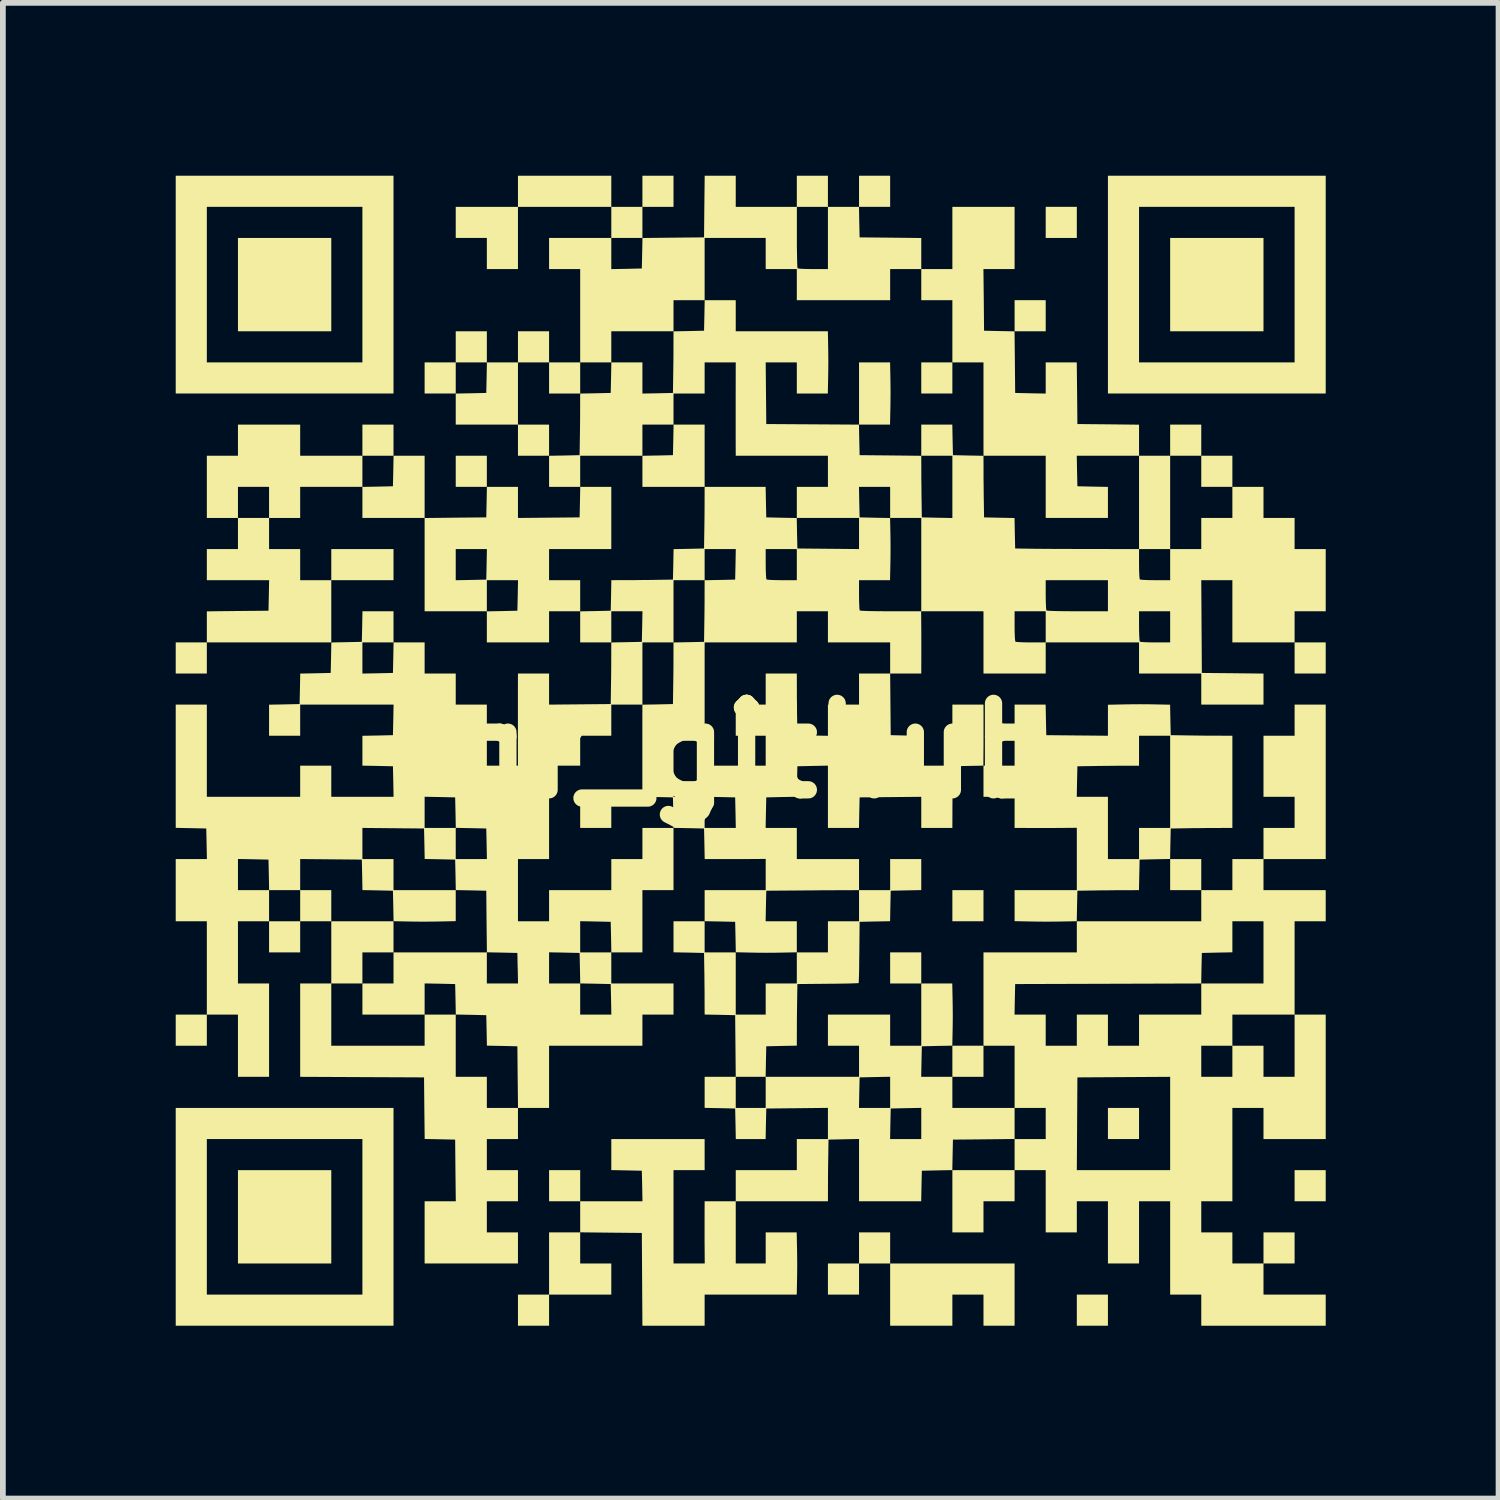
<source format=kicad_pcb>
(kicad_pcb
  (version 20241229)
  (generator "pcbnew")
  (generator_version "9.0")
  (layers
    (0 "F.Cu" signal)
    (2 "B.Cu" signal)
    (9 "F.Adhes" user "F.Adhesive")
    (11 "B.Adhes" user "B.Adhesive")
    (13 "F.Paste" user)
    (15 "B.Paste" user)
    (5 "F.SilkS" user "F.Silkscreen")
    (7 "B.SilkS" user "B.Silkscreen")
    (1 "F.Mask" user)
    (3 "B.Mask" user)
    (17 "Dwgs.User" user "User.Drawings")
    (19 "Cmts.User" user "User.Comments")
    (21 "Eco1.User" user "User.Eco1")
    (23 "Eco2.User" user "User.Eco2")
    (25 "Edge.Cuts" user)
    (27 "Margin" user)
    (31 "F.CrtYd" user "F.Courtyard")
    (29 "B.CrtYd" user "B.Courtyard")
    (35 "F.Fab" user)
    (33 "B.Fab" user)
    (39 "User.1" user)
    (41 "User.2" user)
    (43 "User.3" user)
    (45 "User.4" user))
  (footprint "qr_github"
    (layer "F.Cu")
    (at 9.98 9.98)
    (property "Reference" "qr_github" (at 0 0 0) (layer "F.SilkS") (effects (font (size 1.5 1.5) (thickness 0.3))))
    (attr board_only exclude_from_pos_files exclude_from_bom)
    (fp_poly (pts (xy 4.58 -7.279) (xy 4.579 -7.279) (xy 4.579 -7.28) (xy 4.58 -7.28)) (stroke (width 0) (type solid)) (fill yes) (layer "F.SilkS"))
    (fp_poly (pts (xy -7.28 -8.09) (xy -7.28 -7.28) (xy -8.09 -7.28) (xy -8.9 -7.28) (xy -8.9 -8.09) (xy -8.9 -8.9) (xy -8.09 -8.9) (xy -7.28 -8.9)) (stroke (width 0) (type solid)) (fill yes) (layer "F.SilkS"))
    (fp_poly (pts (xy -7.28 8.09) (xy -7.28 8.9) (xy -8.09 8.9) (xy -8.9 8.9) (xy -8.9 8.09) (xy -8.9 7.28) (xy -8.09 7.28) (xy -7.28 7.28)) (stroke (width 0) (type solid)) (fill yes) (layer "F.SilkS"))
    (fp_poly (pts (xy -6.2 -3.23) (xy -6.2 -2.96) (xy -6.74 -2.96) (xy -7.28 -2.96) (xy -7.28 -3.23) (xy -7.28 -3.5) (xy -6.74 -3.5) (xy -6.2 -3.5)) (stroke (width 0) (type solid)) (fill yes) (layer "F.SilkS"))
    (fp_poly (pts (xy -4.58 -4.85) (xy -4.58 -4.58) (xy -4.849 -4.58) (xy -5.12 -4.58) (xy -5.12 -4.85) (xy -5.12 -5.12) (xy -4.85 -5.12) (xy -4.58 -5.12)) (stroke (width 0) (type solid)) (fill yes) (layer "F.SilkS"))
    (fp_poly (pts (xy -3.5 -5.389) (xy -3.5 -5.12) (xy -3.77 -5.12) (xy -4.04 -5.12) (xy -4.04 -5.39) (xy -4.04 -5.66) (xy -3.77 -5.66) (xy -3.5 -5.66)) (stroke (width 0) (type solid)) (fill yes) (layer "F.SilkS"))
    (fp_poly (pts (xy -2.42 1.07) (xy -2.42 1.34) (xy -2.69 1.34) (xy -2.96 1.34) (xy -2.96 1.07) (xy -2.96 0.8) (xy -2.69 0.8) (xy -2.42 0.8)) (stroke (width 0) (type solid)) (fill yes) (layer "F.SilkS"))
    (fp_poly (pts (xy 2.42 -9.71) (xy 2.42 -9.44) (xy 2.149 -9.44) (xy 1.88 -9.44) (xy 1.88 -9.71) (xy 1.88 -9.98) (xy 2.15 -9.98) (xy 2.42 -9.98)) (stroke (width 0) (type solid)) (fill yes) (layer "F.SilkS"))
    (fp_poly (pts (xy 2.96 3.77) (xy 2.96 4.04) (xy 2.69 4.04) (xy 2.42 4.04) (xy 2.42 3.77) (xy 2.42 3.5) (xy 2.69 3.5) (xy 2.96 3.5)) (stroke (width 0) (type solid)) (fill yes) (layer "F.SilkS"))
    (fp_poly (pts (xy 3.5 -6.47) (xy 3.5 -6.2) (xy 3.23 -6.2) (xy 2.96 -6.2) (xy 2.96 -6.47) (xy 2.96 -6.74) (xy 3.23 -6.74) (xy 3.5 -6.74)) (stroke (width 0) (type solid)) (fill yes) (layer "F.SilkS"))
    (fp_poly (pts (xy 4.04 2.69) (xy 4.04 2.96) (xy 3.77 2.96) (xy 3.5 2.96) (xy 3.5 2.69) (xy 3.5 2.42) (xy 3.77 2.42) (xy 4.04 2.42)) (stroke (width 0) (type solid)) (fill yes) (layer "F.SilkS"))
    (fp_poly (pts (xy 4.04 5.39) (xy 4.04 5.66) (xy 3.77 5.66) (xy 3.5 5.66) (xy 3.5 5.39) (xy 3.5 5.12) (xy 3.77 5.12) (xy 4.04 5.12)) (stroke (width 0) (type solid)) (fill yes) (layer "F.SilkS"))
    (fp_poly (pts (xy 5.12 -7.55) (xy 5.12 -7.28) (xy 4.85 -7.28) (xy 4.58 -7.28) (xy 4.58 -7.549) (xy 4.58 -7.82) (xy 4.85 -7.82) (xy 5.12 -7.82)) (stroke (width 0) (type solid)) (fill yes) (layer "F.SilkS"))
    (fp_poly (pts (xy 5.66 -9.17) (xy 5.66 -8.9) (xy 5.39 -8.9) (xy 5.12 -8.9) (xy 5.12 -9.17) (xy 5.12 -9.44) (xy 5.39 -9.44) (xy 5.66 -9.44)) (stroke (width 0) (type solid)) (fill yes) (layer "F.SilkS"))
    (fp_poly (pts (xy 6.2 9.71) (xy 6.2 9.98) (xy 5.93 9.98) (xy 5.66 9.98) (xy 5.66 9.71) (xy 5.66 9.44) (xy 5.93 9.44) (xy 6.2 9.44)) (stroke (width 0) (type solid)) (fill yes) (layer "F.SilkS"))
    (fp_poly (pts (xy 6.74 6.47) (xy 6.74 6.74) (xy 6.47 6.74) (xy 6.2 6.74) (xy 6.2 6.47) (xy 6.2 6.2) (xy 6.47 6.2) (xy 6.74 6.2)) (stroke (width 0) (type solid)) (fill yes) (layer "F.SilkS"))
    (fp_poly (pts (xy 8.36 -4.85) (xy 8.36 -4.58) (xy 8.09 -4.58) (xy 7.82 -4.58) (xy 7.82 -4.85) (xy 7.82 -5.12) (xy 8.09 -5.12) (xy 8.36 -5.12)) (stroke (width 0) (type solid)) (fill yes) (layer "F.SilkS"))
    (fp_poly (pts (xy 8.9 -8.09) (xy 8.9 -7.28) (xy 8.09 -7.28) (xy 7.28 -7.28) (xy 7.28 -8.09) (xy 7.28 -8.9) (xy 8.09 -8.9) (xy 8.9 -8.9)) (stroke (width 0) (type solid)) (fill yes) (layer "F.SilkS"))
    (fp_poly (pts (xy 9.98 -1.61) (xy 9.98 -1.34) (xy 9.71 -1.34) (xy 9.44 -1.34) (xy 9.44 -1.61) (xy 9.44 -1.88) (xy 9.71 -1.88) (xy 9.98 -1.88)) (stroke (width 0) (type solid)) (fill yes) (layer "F.SilkS"))
    (fp_poly (pts (xy 9.98 7.55) (xy 9.98 7.82) (xy 9.71 7.82) (xy 9.44 7.82) (xy 9.44 7.55) (xy 9.44 7.28) (xy 9.71 7.28) (xy 9.98 7.28)) (stroke (width 0) (type solid)) (fill yes) (layer "F.SilkS"))
    (fp_poly (pts (xy -5.66 -4.58) (xy -5.66 -4.04) (xy -6.2 -4.04) (xy -6.74 -4.04) (xy -6.74 -4.309) (xy -6.74 -4.579) (xy -6.475 -4.584) (xy -6.21 -4.59) (xy -6.204 -4.855) (xy -6.199 -5.12) (xy -5.93 -5.12) (xy -5.66 -5.12)) (stroke (width 0) (type solid)) (fill yes) (layer "F.SilkS"))
    (fp_poly (pts (xy -0.8 -5.12) (xy -0.8 -4.58) (xy -1.34 -4.58) (xy -1.88 -4.58) (xy -1.88 -4.849) (xy -1.88 -5.119) (xy -1.615 -5.124) (xy -1.35 -5.13) (xy -1.344 -5.395) (xy -1.339 -5.66) (xy -1.069 -5.66) (xy -0.8 -5.66)) (stroke (width 0) (type solid)) (fill yes) (layer "F.SilkS"))
    (fp_poly (pts (xy 2.424 -6.485) (xy 2.426 -6.361) (xy 2.427 -6.216) (xy 2.426 -6.068) (xy 2.424 -5.945) (xy 2.418 -5.66) (xy 2.149 -5.66) (xy 1.88 -5.66) (xy 1.88 -6.2) (xy 1.88 -6.74) (xy 2.149 -6.74) (xy 2.419 -6.74)) (stroke (width 0) (type solid)) (fill yes) (layer "F.SilkS"))
    (fp_poly (pts (xy -4.58 -7.01) (xy -4.58 -6.74) (xy -4.849 -6.74) (xy -5.12 -6.74) (xy -5.12 -6.469) (xy -5.12 -6.2) (xy -5.39 -6.2) (xy -5.66 -6.2) (xy -5.66 -6.47) (xy -5.66 -6.74) (xy -5.39 -6.74) (xy -5.12 -6.74) (xy -5.12 -7.01) (xy -5.12 -7.28) (xy -4.85 -7.28) (xy -4.58 -7.28)) (stroke (width 0) (type solid)) (fill yes) (layer "F.SilkS"))
    (fp_poly (pts (xy 2.42 8.63) (xy 2.42 8.9) (xy 2.15 8.9) (xy 1.88 8.9) (xy 1.88 9.17) (xy 1.88 9.44) (xy 1.61 9.44) (xy 1.34 9.44) (xy 1.34 9.17) (xy 1.34 8.9) (xy 1.61 8.9) (xy 1.88 8.9) (xy 1.88 8.63) (xy 1.88 8.36) (xy 2.15 8.36) (xy 2.42 8.36)) (stroke (width 0) (type solid)) (fill yes) (layer "F.SilkS"))
    (fp_poly (pts (xy 4.58 9.44) (xy 4.58 9.98) (xy 4.31 9.98) (xy 4.04 9.98) (xy 4.04 9.71) (xy 4.04 9.44) (xy 3.77 9.44) (xy 3.5 9.44) (xy 3.5 9.71) (xy 3.5 9.98) (xy 2.96 9.98) (xy 2.42 9.98) (xy 2.42 9.44) (xy 2.42 8.9) (xy 3.5 8.9) (xy 4.58 8.9)) (stroke (width 0) (type solid)) (fill yes) (layer "F.SilkS"))
    (fp_poly (pts (xy -6.2 -8.09) (xy -6.2 -6.2) (xy -8.09 -6.2) (xy -9.98 -6.2) (xy -9.98 -8.09) (xy -9.44 -8.09) (xy -9.44 -6.74) (xy -8.09 -6.74) (xy -6.74 -6.74) (xy -6.74 -8.09) (xy -6.74 -9.44) (xy -8.09 -9.44) (xy -9.44 -9.44) (xy -9.44 -8.09) (xy -9.98 -8.09) (xy -9.98 -9.98) (xy -8.09 -9.98) (xy -6.2 -9.98)) (stroke (width 0) (type solid)) (fill yes) (layer "F.SilkS"))
    (fp_poly (pts (xy -6.2 8.09) (xy -6.2 9.98) (xy -8.09 9.98) (xy -9.98 9.98) (xy -9.98 8.09) (xy -9.44 8.09) (xy -9.44 9.44) (xy -8.09 9.44) (xy -6.74 9.44) (xy -6.74 8.09) (xy -6.74 6.74) (xy -8.09 6.74) (xy -9.44 6.74) (xy -9.44 8.09) (xy -9.98 8.09) (xy -9.98 6.2) (xy -8.09 6.2) (xy -6.2 6.2)) (stroke (width 0) (type solid)) (fill yes) (layer "F.SilkS"))
    (fp_poly (pts (xy 9.98 -8.09) (xy 9.98 -6.2) (xy 8.09 -6.2) (xy 6.2 -6.2) (xy 6.2 -8.09) (xy 6.74 -8.09) (xy 6.74 -6.74) (xy 8.09 -6.74) (xy 9.44 -6.74) (xy 9.44 -8.09) (xy 9.44 -9.44) (xy 8.09 -9.44) (xy 6.74 -9.44) (xy 6.74 -8.09) (xy 6.2 -8.09) (xy 6.2 -9.98) (xy 8.09 -9.98) (xy 9.98 -9.98)) (stroke (width 0) (type solid)) (fill yes) (layer "F.SilkS"))
    (fp_poly (pts (xy -2.96 8.63) (xy -2.96 8.9) (xy -2.69 8.9) (xy -2.42 8.9) (xy -2.42 9.17) (xy -2.42 9.44) (xy -2.96 9.44) (xy -3.5 9.44) (xy -3.5 9.71) (xy -3.5 9.98) (xy -3.77 9.98) (xy -4.04 9.98) (xy -4.04 9.71) (xy -4.04 9.44) (xy -3.77 9.44) (xy -3.5 9.44) (xy -3.5 8.9) (xy -3.5 8.36) (xy -3.23 8.36) (xy -2.96 8.36)) (stroke (width 0) (type solid)) (fill yes) (layer "F.SilkS"))
    (fp_poly (pts (xy -8.36 -3.77) (xy -8.36 -3.5) (xy -8.09 -3.5) (xy -7.82 -3.5) (xy -7.82 -3.23) (xy -7.82 -2.96) (xy -7.55 -2.96) (xy -7.28 -2.96) (xy -7.28 -2.419) (xy -7.28 -1.88) (xy -8.359 -1.88) (xy -9.44 -1.88) (xy -9.44 -1.61) (xy -9.44 -1.34) (xy -9.71 -1.34) (xy -9.98 -1.34) (xy -9.98 -1.61) (xy -9.98 -1.88) (xy -9.71 -1.88) (xy -9.44 -1.88) (xy -9.44 -2.15) (xy -9.44 -2.419) (xy -8.905 -2.425) (xy -8.37 -2.43) (xy -8.364 -2.695) (xy -8.359 -2.96) (xy -8.899 -2.96) (xy -9.44 -2.96) (xy -9.44 -3.23) (xy -9.44 -3.5) (xy -9.17 -3.5) (xy -8.9 -3.5) (xy -8.9 -3.77) (xy -8.9 -4.04) (xy -8.63 -4.04) (xy -8.36 -4.04)) (stroke (width 0) (type solid)) (fill yes) (layer "F.SilkS"))
    (fp_poly (pts (xy -7.82 -5.39) (xy -7.82 -5.12) (xy -7.28 -5.12) (xy -6.74 -5.12) (xy -6.74 -5.39) (xy -6.74 -5.66) (xy -6.47 -5.66) (xy -6.2 -5.66) (xy -6.2 -5.39) (xy -6.2 -5.12) (xy -6.469 -5.12) (xy -6.74 -5.12) (xy -6.74 -4.85) (xy -6.74 -4.58) (xy -7.28 -4.58) (xy -7.82 -4.58) (xy -7.82 -4.31) (xy -7.82 -4.04) (xy -8.09 -4.04) (xy -8.36 -4.04) (xy -8.36 -4.31) (xy -8.36 -4.58) (xy -8.63 -4.58) (xy -8.9 -4.58) (xy -8.9 -4.31) (xy -8.9 -4.04) (xy -9.17 -4.04) (xy -9.44 -4.04) (xy -9.44 -4.58) (xy -9.44 -5.12) (xy -9.17 -5.12) (xy -8.9 -5.12) (xy -8.9 -5.39) (xy -8.9 -5.66) (xy -8.36 -5.66) (xy -7.82 -5.66)) (stroke (width 0) (type solid)) (fill yes) (layer "F.SilkS"))
    (fp_poly (pts (xy -4.04 -4.31) (xy -4.04 -4.04) (xy -3.505 -4.045) (xy -2.97 -4.05) (xy -2.964 -4.315) (xy -2.959 -4.58) (xy -2.69 -4.58) (xy -2.42 -4.58) (xy -2.42 -4.04) (xy -2.42 -3.5) (xy -2.96 -3.5) (xy -3.5 -3.5) (xy -3.5 -3.23) (xy -3.5 -2.96) (xy -3.23 -2.96) (xy -2.96 -2.96) (xy -2.96 -2.69) (xy -2.96 -2.42) (xy -3.23 -2.42) (xy -3.5 -2.42) (xy -3.5 -2.15) (xy -3.5 -1.88) (xy -4.04 -1.88) (xy -4.58 -1.88) (xy -4.58 -2.149) (xy -4.58 -2.419) (xy -4.315 -2.424) (xy -4.05 -2.43) (xy -4.044 -2.695) (xy -4.039 -2.96) (xy -4.309 -2.96) (xy -4.58 -2.96) (xy -4.58 -2.69) (xy -4.58 -2.42) (xy -5.12 -2.42) (xy -5.66 -2.42) (xy -5.66 -3.229) (xy -5.12 -3.229) (xy -5.12 -2.959) (xy -4.855 -2.964) (xy -4.59 -2.97) (xy -4.584 -3.235) (xy -4.579 -3.5) (xy -4.849 -3.5) (xy -5.12 -3.5) (xy -5.12 -3.229) (xy -5.66 -3.229) (xy -5.66 -3.23) (xy -5.66 -4.039) (xy -5.125 -4.045) (xy -4.59 -4.05) (xy -4.584 -4.315) (xy -4.579 -4.58) (xy -4.31 -4.58) (xy -4.04 -4.58)) (stroke (width 0) (type solid)) (fill yes) (layer "F.SilkS"))
    (fp_poly (pts (xy -6.2 3.23) (xy -6.2 3.5) (xy -6.47 3.5) (xy -6.74 3.5) (xy -6.74 3.77) (xy -6.74 4.04) (xy -7.01 4.04) (xy -7.28 4.04) (xy -7.28 4.58) (xy -7.28 5.12) (xy -6.47 5.12) (xy -5.66 5.12) (xy -5.66 4.85) (xy -5.66 4.58) (xy -5.39 4.58) (xy -5.12 4.58) (xy -5.12 5.12) (xy -5.12 5.66) (xy -4.85 5.66) (xy -4.58 5.66) (xy -4.58 5.93) (xy -4.58 6.2) (xy -4.31 6.2) (xy -4.04 6.2) (xy -4.04 6.47) (xy -4.04 6.74) (xy -4.31 6.74) (xy -4.58 6.74) (xy -4.58 7.01) (xy -4.58 7.28) (xy -4.31 7.28) (xy -4.04 7.28) (xy -4.04 7.55) (xy -4.04 7.82) (xy -4.31 7.82) (xy -4.58 7.82) (xy -4.58 8.09) (xy -4.58 8.36) (xy -4.31 8.36) (xy -4.04 8.36) (xy -4.04 8.63) (xy -4.04 8.9) (xy -4.85 8.9) (xy -5.66 8.9) (xy -5.66 8.36) (xy -5.66 7.82) (xy -5.39 7.82) (xy -5.119 7.82) (xy -5.125 7.285) (xy -5.13 6.75) (xy -5.395 6.744) (xy -5.659 6.739) (xy -5.665 6.204) (xy -5.67 5.67) (xy -6.745 5.665) (xy -7.82 5.66) (xy -7.82 4.85) (xy -7.82 4.04) (xy -7.55 4.04) (xy -7.28 4.04) (xy -7.28 3.5) (xy -7.28 2.96) (xy -6.74 2.96) (xy -6.2 2.96)) (stroke (width 0) (type solid)) (fill yes) (layer "F.SilkS"))
    (fp_poly (pts (xy 6.911 -0.806) (xy 7.024 -0.804) (xy 7.279 -0.799) (xy 7.284 -0.534) (xy 7.29 -0.27) (xy 7.56 -0.266) (xy 7.694 -0.264) (xy 7.846 -0.262) (xy 7.995 -0.261) (xy 8.095 -0.261) (xy 8.36 -0.26) (xy 8.36 0.54) (xy 8.36 1.34) (xy 8.095 1.341) (xy 7.963 1.341) (xy 7.811 1.343) (xy 7.662 1.344) (xy 7.56 1.346) (xy 7.29 1.35) (xy 7.284 1.615) (xy 7.279 1.879) (xy 7.015 1.884) (xy 6.75 1.89) (xy 6.744 2.155) (xy 6.739 2.42) (xy 6.474 2.421) (xy 6.342 2.421) (xy 6.191 2.423) (xy 6.042 2.424) (xy 5.94 2.426) (xy 5.67 2.43) (xy 5.664 2.694) (xy 5.659 2.959) (xy 5.404 2.964) (xy 5.281 2.966) (xy 5.136 2.967) (xy 4.988 2.966) (xy 4.865 2.964) (xy 4.58 2.958) (xy 4.58 2.689) (xy 4.58 2.42) (xy 5.12 2.42) (xy 5.66 2.42) (xy 5.66 1.879) (xy 5.66 1.338) (xy 5.395 1.34) (xy 5.264 1.341) (xy 5.113 1.341) (xy 4.963 1.341) (xy 4.855 1.341) (xy 4.58 1.34) (xy 4.58 1.07) (xy 4.58 0.8) (xy 5.659 0.8) (xy 5.929 0.8) (xy 6.2 0.8) (xy 6.2 1.34) (xy 6.2 1.88) (xy 6.47 1.88) (xy 6.74 1.88) (xy 6.74 1.61) (xy 6.74 1.34) (xy 7.01 1.34) (xy 7.28 1.34) (xy 7.28 0.54) (xy 7.28 -0.26) (xy 7.01 -0.26) (xy 6.74 -0.26) (xy 6.74 0) (xy 6.74 0.26) (xy 6.475 0.261) (xy 6.343 0.261) (xy 6.191 0.263) (xy 6.042 0.264) (xy 5.94 0.266) (xy 5.67 0.27) (xy 5.664 0.535) (xy 5.659 0.8) (xy 4.58 0.8) (xy 4.31 0.8) (xy 4.04 0.8) (xy 4.04 0.529) (xy 4.04 0.26) (xy 4.309 0.26) (xy 4.58 0.26) (xy 4.58 -0.27) (xy 4.58 -0.8) (xy 4.849 -0.8) (xy 5.119 -0.8) (xy 5.124 -0.535) (xy 5.13 -0.27) (xy 5.665 -0.265) (xy 6.2 -0.26) (xy 6.2 -0.529) (xy 6.2 -0.798) (xy 6.485 -0.804) (xy 6.618 -0.806) (xy 6.766 -0.807)) (stroke (width 0) (type solid)) (fill yes) (layer "F.SilkS"))
    (fp_poly (pts (xy -2.42 -9.71) (xy -2.42 -9.44) (xy -2.15 -9.44) (xy -1.88 -9.44) (xy -1.88 -9.71) (xy -1.88 -9.98) (xy -1.61 -9.98) (xy -1.34 -9.98) (xy -1.34 -9.71) (xy -1.34 -9.44) (xy -1.61 -9.44) (xy -1.88 -9.44) (xy -1.88 -9.17) (xy -1.88 -8.9) (xy -2.149 -8.9) (xy -2.42 -8.9) (xy -2.42 -8.629) (xy -2.42 -8.359) (xy -2.155 -8.364) (xy -1.89 -8.37) (xy -1.884 -8.635) (xy -1.879 -8.899) (xy -1.345 -8.905) (xy -0.81 -8.91) (xy -0.805 -9.445) (xy -0.799 -9.98) (xy -0.53 -9.98) (xy -0.26 -9.98) (xy -0.26 -9.71) (xy -0.26 -9.44) (xy 0.27 -9.44) (xy 0.8 -9.44) (xy 0.8 -9.71) (xy 0.8 -9.98) (xy 1.07 -9.98) (xy 1.34 -9.98) (xy 1.34 -9.71) (xy 1.34 -9.44) (xy 1.07 -9.44) (xy 0.801 -9.44) (xy 0.801 -8.913) (xy 0.801 -8.772) (xy 0.803 -8.644) (xy 0.805 -8.534) (xy 0.807 -8.449) (xy 0.81 -8.394) (xy 0.814 -8.373) (xy 0.838 -8.368) (xy 0.893 -8.364) (xy 0.973 -8.361) (xy 1.069 -8.36) (xy 1.083 -8.36) (xy 1.34 -8.36) (xy 1.34 -8.9) (xy 1.34 -9.44) (xy 1.61 -9.44) (xy 1.879 -9.44) (xy 1.884 -9.175) (xy 1.89 -8.91) (xy 2.425 -8.905) (xy 2.96 -8.899) (xy 2.96 -8.63) (xy 2.96 -8.36) (xy 3.23 -8.36) (xy 3.5 -8.36) (xy 3.5 -8.9) (xy 3.5 -9.44) (xy 4.04 -9.44) (xy 4.58 -9.44) (xy 4.58 -8.9) (xy 4.58 -8.36) (xy 4.31 -8.36) (xy 4.039 -8.36) (xy 4.045 -7.825) (xy 4.05 -7.29) (xy 4.315 -7.284) (xy 4.579 -7.279) (xy 4.585 -6.745) (xy 4.59 -6.21) (xy 4.855 -6.204) (xy 5.12 -6.199) (xy 5.12 -6.469) (xy 5.12 -6.74) (xy 5.39 -6.74) (xy 5.659 -6.74) (xy 5.665 -6.205) (xy 5.67 -5.67) (xy 6.205 -5.665) (xy 6.74 -5.659) (xy 6.74 -5.39) (xy 6.74 -5.12) (xy 7.01 -5.12) (xy 7.28 -5.12) (xy 7.28 -5.39) (xy 7.28 -5.66) (xy 7.55 -5.66) (xy 7.82 -5.66) (xy 7.82 -5.39) (xy 7.82 -5.12) (xy 7.55 -5.12) (xy 7.28 -5.12) (xy 7.28 -4.31) (xy 7.28 -3.5) (xy 7.01 -3.5) (xy 6.74 -3.5) (xy 6.74 -4.31) (xy 6.74 -5.12) (xy 6.199 -5.12) (xy 5.659 -5.12) (xy 5.664 -4.855) (xy 5.67 -4.59) (xy 5.935 -4.584) (xy 6.2 -4.579) (xy 6.2 -4.309) (xy 6.2 -4.04) (xy 5.66 -4.04) (xy 5.12 -4.04) (xy 5.12 -4.58) (xy 5.12 -5.12) (xy 4.58 -5.12) (xy 4.04 -5.12) (xy 4.04 -5.93) (xy 4.04 -6.74) (xy 3.77 -6.74) (xy 3.5 -6.74) (xy 3.5 -7.28) (xy 3.5 -7.82) (xy 3.23 -7.82) (xy 2.96 -7.82) (xy 2.96 -8.09) (xy 2.96 -8.36) (xy 2.69 -8.36) (xy 2.42 -8.36) (xy 2.42 -8.09) (xy 2.42 -7.82) (xy 1.61 -7.82) (xy 0.8 -7.82) (xy 0.8 -8.09) (xy 0.8 -8.36) (xy 0.53 -8.36) (xy 0.26 -8.36) (xy 0.26 -8.63) (xy 0.26 -8.9) (xy -0.27 -8.9) (xy -0.8 -8.9) (xy -0.8 -8.36) (xy -0.8 -7.82) (xy -1.07 -7.82) (xy -1.34 -7.82) (xy -1.34 -7.55) (xy -1.34 -7.28) (xy -1.88 -7.28) (xy -2.42 -7.28) (xy -2.42 -7.01) (xy -2.42 -6.74) (xy -2.69 -6.74) (xy -2.96 -6.74) (xy -2.96 -6.47) (xy -2.96 -6.2) (xy -3.23 -6.2) (xy -3.5 -6.2) (xy -3.5 -6.47) (xy -3.5 -6.74) (xy -3.77 -6.74) (xy -4.04 -6.74) (xy -4.04 -6.2) (xy -4.04 -5.66) (xy -4.58 -5.66) (xy -5.12 -5.66) (xy -5.12 -5.93) (xy -5.12 -6.199) (xy -4.855 -6.204) (xy -4.59 -6.21) (xy -4.584 -6.475) (xy -4.579 -6.74) (xy -4.31 -6.74) (xy -4.04 -6.74) (xy -4.04 -7.01) (xy -4.04 -7.28) (xy -3.77 -7.28) (xy -3.5 -7.28) (xy -3.5 -7.01) (xy -3.5 -6.74) (xy -3.23 -6.74) (xy -2.96 -6.74) (xy -2.96 -7.55) (xy -2.96 -8.36) (xy -3.23 -8.36) (xy -3.5 -8.36) (xy -3.5 -8.63) (xy -3.5 -8.9) (xy -2.96 -8.9) (xy -2.42 -8.9) (xy -2.42 -9.17) (xy -2.42 -9.44) (xy -3.23 -9.44) (xy -4.04 -9.44) (xy -4.04 -8.9) (xy -4.04 -8.36) (xy -4.31 -8.36) (xy -4.58 -8.36) (xy -4.58 -8.63) (xy -4.58 -8.9) (xy -4.85 -8.9) (xy -5.12 -8.9) (xy -5.12 -9.17) (xy -5.12 -9.44) (xy -4.58 -9.44) (xy -4.04 -9.44) (xy -4.04 -9.71) (xy -4.04 -9.98) (xy -3.23 -9.98) (xy -2.42 -9.98)) (stroke (width 0) (type solid)) (fill yes) (layer "F.SilkS"))
    (fp_poly (pts (xy 9.98 0.54) (xy 9.98 1.88) (xy 9.44 1.88) (xy 8.9 1.88) (xy 8.9 2.15) (xy 8.9 2.42) (xy 9.44 2.42) (xy 9.98 2.42) (xy 9.98 2.69) (xy 9.98 2.96) (xy 9.71 2.96) (xy 9.44 2.96) (xy 9.44 3.77) (xy 9.44 4.58) (xy 8.9 4.58) (xy 8.36 4.58) (xy 8.36 4.85) (xy 8.36 5.12) (xy 8.09 5.12) (xy 7.82 5.12) (xy 7.82 5.39) (xy 7.82 5.66) (xy 8.09 5.66) (xy 8.36 5.66) (xy 8.36 5.39) (xy 8.36 5.12) (xy 8.63 5.12) (xy 8.9 5.12) (xy 8.9 5.39) (xy 8.9 5.66) (xy 9.17 5.66) (xy 9.44 5.66) (xy 9.44 5.12) (xy 9.44 4.58) (xy 9.71 4.58) (xy 9.98 4.58) (xy 9.98 5.66) (xy 9.98 6.74) (xy 9.44 6.74) (xy 8.9 6.74) (xy 8.9 6.47) (xy 8.9 6.2) (xy 8.63 6.2) (xy 8.36 6.2) (xy 8.36 7.01) (xy 8.36 7.82) (xy 8.09 7.82) (xy 7.82 7.82) (xy 7.82 8.09) (xy 7.82 8.36) (xy 8.09 8.36) (xy 8.36 8.36) (xy 8.36 8.63) (xy 8.36 8.9) (xy 8.63 8.9) (xy 8.9 8.9) (xy 8.9 8.63) (xy 8.9 8.36) (xy 9.17 8.36) (xy 9.44 8.36) (xy 9.44 8.63) (xy 9.44 8.9) (xy 9.17 8.9) (xy 8.9 8.9) (xy 8.9 9.17) (xy 8.9 9.44) (xy 9.44 9.44) (xy 9.98 9.44) (xy 9.98 9.71) (xy 9.98 9.98) (xy 8.9 9.98) (xy 7.82 9.98) (xy 7.82 9.71) (xy 7.82 9.44) (xy 7.55 9.44) (xy 7.28 9.44) (xy 7.28 8.63) (xy 7.28 7.82) (xy 7.01 7.82) (xy 6.74 7.82) (xy 6.74 8.36) (xy 6.74 8.9) (xy 6.47 8.9) (xy 6.2 8.9) (xy 6.2 8.36) (xy 6.2 7.82) (xy 5.93 7.82) (xy 5.66 7.82) (xy 5.66 8.09) (xy 5.66 8.36) (xy 5.39 8.36) (xy 5.12 8.36) (xy 5.12 7.82) (xy 5.12 7.28) (xy 5.66 7.28) (xy 6.47 7.28) (xy 7.28 7.28) (xy 7.28 6.47) (xy 7.28 5.66) (xy 6.475 5.665) (xy 5.67 5.67) (xy 5.665 6.475) (xy 5.66 7.28) (xy 5.12 7.28) (xy 4.85 7.28) (xy 4.58 7.28) (xy 4.58 7.55) (xy 4.58 7.82) (xy 4.31 7.82) (xy 4.04 7.82) (xy 4.04 8.09) (xy 4.04 8.36) (xy 3.77 8.36) (xy 3.5 8.36) (xy 3.5 7.819) (xy 3.5 7.28) (xy 4.039 7.28) (xy 4.58 7.28) (xy 4.58 7.01) (xy 4.58 6.74) (xy 4.85 6.74) (xy 5.12 6.74) (xy 5.12 6.47) (xy 5.12 6.2) (xy 4.85 6.2) (xy 4.58 6.2) (xy 4.58 6.47) (xy 4.58 6.739) (xy 4.045 6.745) (xy 3.51 6.75) (xy 3.504 7.015) (xy 3.499 7.279) (xy 3.235 7.284) (xy 2.97 7.29) (xy 2.964 7.555) (xy 2.959 7.82) (xy 2.419 7.82) (xy 1.88 7.82) (xy 1.88 7.279) (xy 1.88 6.74) (xy 2.419 6.74) (xy 2.689 6.74) (xy 2.96 6.74) (xy 2.96 6.469) (xy 2.96 6.199) (xy 2.695 6.204) (xy 2.43 6.21) (xy 2.424 6.475) (xy 2.419 6.74) (xy 1.88 6.74) (xy 1.88 6.739) (xy 1.615 6.744) (xy 1.35 6.75) (xy 1.346 7.02) (xy 1.344 7.154) (xy 1.342 7.306) (xy 1.341 7.455) (xy 1.341 7.555) (xy 1.34 7.82) (xy 0.54 7.82) (xy -0.26 7.82) (xy -0.26 8.36) (xy -0.26 8.9) (xy 0 8.9) (xy 0.26 8.9) (xy 0.26 8.63) (xy 0.26 8.36) (xy 0.529 8.36) (xy 0.798 8.36) (xy 0.804 8.645) (xy 0.806 8.778) (xy 0.807 8.927) (xy 0.806 9.071) (xy 0.804 9.185) (xy 0.799 9.44) (xy -0.001 9.44) (xy -0.8 9.44) (xy -0.8 9.71) (xy -0.8 9.98) (xy -1.34 9.98) (xy -1.88 9.98) (xy -1.885 9.175) (xy -1.89 8.37) (xy -2.425 8.365) (xy -2.96 8.359) (xy -2.96 8.09) (xy -2.96 7.82) (xy -3.23 7.82) (xy -3.5 7.82) (xy -3.5 7.55) (xy -3.5 7.28) (xy -3.23 7.28) (xy -2.96 7.28) (xy -2.96 7.55) (xy -2.96 7.82) (xy -2.419 7.82) (xy -1.879 7.82) (xy -1.884 7.555) (xy -1.89 7.29) (xy -2.155 7.284) (xy -2.42 7.279) (xy -2.42 7.009) (xy -2.42 6.74) (xy -1.61 6.74) (xy -0.8 6.74) (xy -0.8 7.01) (xy -0.8 7.28) (xy -1.07 7.28) (xy -1.34 7.28) (xy -1.34 8.09) (xy -1.34 8.9) (xy -1.069 8.9) (xy -0.798 8.9) (xy -0.8 8.635) (xy -0.801 8.504) (xy -0.801 8.353) (xy -0.801 8.203) (xy -0.801 8.095) (xy -0.8 7.82) (xy -0.53 7.82) (xy -0.26 7.82) (xy -0.26 7.55) (xy -0.26 7.28) (xy 0.27 7.28) (xy 0.8 7.28) (xy 0.8 7.01) (xy 0.8 6.74) (xy 1.07 6.74) (xy 1.34 6.74) (xy 1.34 6.47) (xy 1.34 6.2) (xy 1.879 6.2) (xy 2.149 6.2) (xy 2.42 6.2) (xy 2.42 5.929) (xy 2.42 5.659) (xy 2.155 5.664) (xy 1.89 5.67) (xy 1.884 5.935) (xy 1.879 6.2) (xy 1.34 6.2) (xy 1.34 6.199) (xy 0.805 6.205) (xy 0.27 6.21) (xy 0.264 6.475) (xy 0.259 6.74) (xy 0 6.74) (xy -0.259 6.74) (xy -0.264 6.475) (xy -0.27 6.21) (xy -0.535 6.204) (xy -0.8 6.199) (xy -0.8 5.929) (xy -0.8 5.66) (xy -0.53 5.66) (xy -0.26 5.66) (xy -0.265 5.125) (xy -0.27 4.59) (xy -0.535 4.584) (xy -0.8 4.579) (xy -0.801 4.314) (xy -0.801 4.182) (xy -0.803 4.031) (xy -0.804 3.882) (xy -0.806 3.78) (xy -0.81 3.51) (xy -1.075 3.504) (xy -1.34 3.499) (xy -1.34 3.229) (xy -1.34 2.96) (xy -1.07 2.96) (xy -0.8 2.96) (xy -0.8 3.229) (xy -0.8 3.5) (xy -0.53 3.5) (xy -0.26 3.5) (xy -0.26 4.04) (xy -0.26 4.58) (xy 0 4.58) (xy 0.26 4.58) (xy 0.26 4.31) (xy 0.26 4.04) (xy 0.53 4.04) (xy 0.8 4.04) (xy 0.8 3.77) (xy 0.8 3.5) (xy 1.07 3.5) (xy 1.34 3.5) (xy 1.34 3.23) (xy 1.34 2.96) (xy 1.61 2.96) (xy 1.88 2.96) (xy 1.88 2.69) (xy 1.88 2.42) (xy 2.15 2.42) (xy 2.42 2.42) (xy 2.42 2.15) (xy 2.42 1.88) (xy 2.69 1.88) (xy 2.96 1.88) (xy 2.96 2.149) (xy 2.96 2.419) (xy 2.695 2.424) (xy 2.43 2.43) (xy 2.424 2.694) (xy 2.419 2.959) (xy 2.154 2.964) (xy 1.89 2.97) (xy 1.885 3.498) (xy 1.883 3.639) (xy 1.882 3.767) (xy 1.88 3.875) (xy 1.877 3.959) (xy 1.875 4.014) (xy 1.873 4.033) (xy 1.852 4.035) (xy 1.797 4.037) (xy 1.712 4.04) (xy 1.602 4.042) (xy 1.474 4.044) (xy 1.338 4.045) (xy 0.81 4.05) (xy 0.806 4.32) (xy 0.804 4.454) (xy 0.802 4.606) (xy 0.801 4.754) (xy 0.801 4.854) (xy 0.8 5.119) (xy 0.535 5.124) (xy 0.27 5.13) (xy 0.264 5.395) (xy 0.259 5.66) (xy -0.001 5.66) (xy -0.26 5.66) (xy -0.26 5.93) (xy -0.26 6.2) (xy 0 6.2) (xy 0.26 6.2) (xy 0.26 5.93) (xy 0.26 5.66) (xy 1.07 5.66) (xy 1.88 5.66) (xy 1.88 5.39) (xy 1.88 5.12) (xy 1.61 5.12) (xy 1.34 5.12) (xy 1.34 4.85) (xy 1.34 4.58) (xy 1.88 4.58) (xy 2.42 4.58) (xy 2.42 4.85) (xy 2.42 5.12) (xy 2.69 5.12) (xy 2.96 5.12) (xy 2.96 4.58) (xy 2.96 4.04) (xy 3.229 4.04) (xy 3.498 4.04) (xy 3.504 4.325) (xy 3.506 4.458) (xy 3.507 4.606) (xy 3.506 4.751) (xy 3.504 4.864) (xy 3.499 5.119) (xy 3.234 5.124) (xy 2.97 5.13) (xy 2.964 5.395) (xy 2.959 5.66) (xy 3.229 5.66) (xy 3.5 5.66) (xy 3.5 5.93) (xy 3.5 6.2) (xy 4.04 6.2) (xy 4.58 6.2) (xy 4.58 5.66) (xy 4.58 5.12) (xy 4.31 5.12) (xy 4.04 5.12) (xy 4.04 4.58) (xy 4.579 4.58) (xy 4.849 4.58) (xy 5.12 4.58) (xy 5.12 4.85) (xy 5.12 5.12) (xy 5.39 5.12) (xy 5.66 5.12) (xy 5.66 4.85) (xy 5.66 4.58) (xy 5.93 4.58) (xy 6.2 4.58) (xy 6.2 4.85) (xy 6.2 5.12) (xy 6.47 5.12) (xy 6.74 5.12) (xy 6.74 4.85) (xy 6.74 4.58) (xy 7.28 4.58) (xy 7.82 4.58) (xy 7.82 4.31) (xy 7.82 4.04) (xy 8.36 4.04) (xy 8.9 4.04) (xy 8.9 3.5) (xy 8.9 2.96) (xy 8.63 2.96) (xy 8.36 2.96) (xy 8.36 3.229) (xy 8.36 3.499) (xy 8.095 3.504) (xy 7.83 3.51) (xy 7.824 3.775) (xy 7.819 4.04) (xy 6.204 4.045) (xy 4.59 4.05) (xy 4.584 4.315) (xy 4.579 4.58) (xy 4.04 4.58) (xy 4.04 4.31) (xy 4.04 3.5) (xy 4.85 3.5) (xy 5.66 3.5) (xy 5.66 3.23) (xy 5.66 2.96) (xy 6.74 2.96) (xy 7.82 2.96) (xy 7.82 2.69) (xy 7.82 2.42) (xy 7.55 2.42) (xy 7.28 2.42) (xy 7.28 2.149) (xy 7.28 1.88) (xy 7.549 1.88) (xy 7.82 1.88) (xy 7.82 2.15) (xy 7.82 2.42) (xy 8.09 2.42) (xy 8.36 2.42) (xy 8.36 2.15) (xy 8.36 1.88) (xy 8.63 1.88) (xy 8.9 1.88) (xy 8.9 1.61) (xy 8.9 1.34) (xy 9.17 1.34) (xy 9.44 1.34) (xy 9.44 1.07) (xy 9.44 0.8) (xy 9.17 0.8) (xy 8.9 0.8) (xy 8.9 0.27) (xy 8.9 -0.26) (xy 9.17 -0.26) (xy 9.44 -0.26) (xy 9.44 -0.53) (xy 9.44 -0.8) (xy 9.71 -0.8) (xy 9.98 -0.8)) (stroke (width 0) (type solid)) (fill yes) (layer "F.SilkS"))
    (fp_poly (pts (xy -0.26 -7.55) (xy -0.26 -7.28) (xy 0.539 -7.28) (xy 1.339 -7.28) (xy 1.344 -7.025) (xy 1.346 -6.901) (xy 1.347 -6.756) (xy 1.346 -6.608) (xy 1.344 -6.485) (xy 1.338 -6.2) (xy 1.069 -6.2) (xy 0.8 -6.2) (xy 0.8 -6.47) (xy 0.8 -6.74) (xy 0.53 -6.74) (xy 0.26 -6.74) (xy 0.265 -6.205) (xy 0.27 -5.67) (xy 1.074 -5.665) (xy 1.879 -5.66) (xy 1.884 -5.395) (xy 1.89 -5.13) (xy 2.425 -5.125) (xy 2.96 -5.119) (xy 2.961 -4.855) (xy 2.961 -4.722) (xy 2.963 -4.571) (xy 2.964 -4.422) (xy 2.966 -4.32) (xy 2.97 -4.05) (xy 3.235 -4.044) (xy 3.5 -4.039) (xy 3.5 -4.579) (xy 3.5 -5.12) (xy 3.23 -5.12) (xy 2.96 -5.12) (xy 2.96 -5.39) (xy 2.96 -5.66) (xy 3.229 -5.66) (xy 3.499 -5.66) (xy 3.504 -5.395) (xy 3.51 -5.13) (xy 3.775 -5.124) (xy 4.04 -5.119) (xy 4.041 -4.854) (xy 4.041 -4.722) (xy 4.043 -4.571) (xy 4.044 -4.422) (xy 4.046 -4.32) (xy 4.05 -4.05) (xy 4.314 -4.044) (xy 4.579 -4.039) (xy 4.584 -3.774) (xy 4.59 -3.51) (xy 4.86 -3.506) (xy 4.942 -3.505) (xy 5.057 -3.504) (xy 5.2 -3.503) (xy 5.364 -3.502) (xy 5.542 -3.502) (xy 5.729 -3.501) (xy 5.918 -3.501) (xy 5.935 -3.501) (xy 6.74 -3.5) (xy 6.74 -3.243) (xy 6.741 -3.146) (xy 6.744 -3.063) (xy 6.748 -3.003) (xy 6.753 -2.974) (xy 6.753 -2.973) (xy 6.777 -2.968) (xy 6.833 -2.964) (xy 6.913 -2.961) (xy 7.009 -2.96) (xy 7.023 -2.96) (xy 7.28 -2.96) (xy 7.28 -3.23) (xy 7.28 -3.5) (xy 7.55 -3.5) (xy 7.82 -3.5) (xy 7.82 -3.77) (xy 7.82 -4.04) (xy 8.09 -4.04) (xy 8.36 -4.04) (xy 8.36 -4.31) (xy 8.36 -4.58) (xy 8.63 -4.58) (xy 8.9 -4.58) (xy 8.9 -4.31) (xy 8.9 -4.04) (xy 9.17 -4.04) (xy 9.44 -4.04) (xy 9.44 -3.77) (xy 9.44 -3.5) (xy 9.71 -3.5) (xy 9.98 -3.5) (xy 9.98 -2.96) (xy 9.98 -2.42) (xy 9.71 -2.42) (xy 9.44 -2.42) (xy 9.44 -2.15) (xy 9.44 -1.88) (xy 8.9 -1.88) (xy 8.36 -1.88) (xy 8.36 -2.42) (xy 8.36 -2.96) (xy 8.09 -2.96) (xy 7.82 -2.96) (xy 7.825 -2.155) (xy 7.83 -1.35) (xy 8.365 -1.345) (xy 8.9 -1.339) (xy 8.9 -1.07) (xy 8.9 -0.8) (xy 8.36 -0.8) (xy 7.82 -0.8) (xy 7.82 -1.07) (xy 7.82 -1.34) (xy 7.28 -1.34) (xy 6.74 -1.34) (xy 6.74 -1.61) (xy 6.74 -1.88) (xy 5.93 -1.88) (xy 5.12 -1.88) (xy 5.12 -1.61) (xy 5.12 -1.34) (xy 4.58 -1.34) (xy 4.04 -1.34) (xy 4.04 -1.88) (xy 4.04 -2.163) (xy 4.58 -2.163) (xy 4.581 -2.066) (xy 4.584 -1.983) (xy 4.588 -1.923) (xy 4.593 -1.894) (xy 4.593 -1.893) (xy 4.617 -1.888) (xy 4.673 -1.884) (xy 4.753 -1.881) (xy 4.849 -1.88) (xy 4.863 -1.88) (xy 5.12 -1.88) (xy 5.12 -2.15) (xy 5.12 -2.163) (xy 6.74 -2.163) (xy 6.741 -2.066) (xy 6.744 -1.983) (xy 6.748 -1.923) (xy 6.753 -1.894) (xy 6.753 -1.893) (xy 6.777 -1.888) (xy 6.833 -1.884) (xy 6.913 -1.881) (xy 7.009 -1.88) (xy 7.023 -1.88) (xy 7.28 -1.88) (xy 7.28 -2.15) (xy 7.28 -2.42) (xy 7.01 -2.42) (xy 6.74 -2.42) (xy 6.74 -2.163) (xy 5.12 -2.163) (xy 5.12 -2.42) (xy 4.85 -2.42) (xy 4.58 -2.42) (xy 4.58 -2.163) (xy 4.04 -2.163) (xy 4.04 -2.42) (xy 3.499 -2.42) (xy 2.958 -2.42) (xy 2.96 -2.155) (xy 2.961 -2.024) (xy 2.961 -1.873) (xy 2.961 -1.723) (xy 2.961 -1.615) (xy 2.96 -1.34) (xy 2.69 -1.34) (xy 2.42 -1.34) (xy 2.425 -0.805) (xy 2.43 -0.27) (xy 2.695 -0.264) (xy 2.96 -0.259) (xy 2.96 0.001) (xy 2.96 0.26) (xy 3.23 0.26) (xy 3.5 0.26) (xy 3.5 -0.27) (xy 3.5 -0.8) (xy 3.77 -0.8) (xy 4.04 -0.8) (xy 4.041 -0.535) (xy 4.041 -0.401) (xy 4.041 -0.249) (xy 4.041 -0.1) (xy 4.04 -0.005) (xy 4.038 0.259) (xy 3.775 0.264) (xy 3.51 0.27) (xy 3.506 0.54) (xy 3.504 0.674) (xy 3.502 0.826) (xy 3.501 0.975) (xy 3.501 1.075) (xy 3.5 1.34) (xy 3.23 1.34) (xy 2.96 1.34) (xy 2.96 1.07) (xy 2.96 0.8) (xy 2.425 0.805) (xy 1.89 0.81) (xy 1.884 1.075) (xy 1.879 1.34) (xy 1.609 1.34) (xy 1.34 1.34) (xy 1.34 0.799) (xy 1.34 0.259) (xy 1.075 0.264) (xy 0.81 0.27) (xy 0.804 0.534) (xy 0.799 0.799) (xy 0.534 0.804) (xy 0.27 0.81) (xy 0.264 1.075) (xy 0.259 1.34) (xy 0.529 1.34) (xy 0.8 1.34) (xy 0.8 1.61) (xy 0.8 1.88) (xy 1.34 1.88) (xy 1.88 1.88) (xy 1.88 2.15) (xy 1.88 2.42) (xy 1.615 2.421) (xy 1.52 2.421) (xy 1.394 2.422) (xy 1.246 2.422) (xy 1.086 2.424) (xy 0.922 2.425) (xy 0.81 2.426) (xy 0.27 2.43) (xy 0.264 2.695) (xy 0.259 2.96) (xy 0.529 2.96) (xy 0.8 2.96) (xy 0.8 3.229) (xy 0.8 3.499) (xy 0.545 3.504) (xy 0.419 3.506) (xy 0.272 3.507) (xy 0.125 3.506) (xy 0.016 3.504) (xy -0.259 3.498) (xy -0.264 3.234) (xy -0.27 2.97) (xy -0.535 2.964) (xy -0.8 2.959) (xy -0.8 2.69) (xy -0.8 2.42) (xy -0.27 2.42) (xy 0.26 2.42) (xy 0.26 2.149) (xy 0.26 1.878) (xy -0.005 1.88) (xy -0.139 1.881) (xy -0.291 1.881) (xy -0.44 1.881) (xy -0.534 1.881) (xy -0.799 1.88) (xy -0.804 1.615) (xy -0.81 1.35) (xy -1.075 1.344) (xy -1.339 1.339) (xy -1.344 1.075) (xy -1.35 0.81) (xy -1.615 0.804) (xy -1.88 0.799) (xy -1.881 0.539) (xy -1.881 0.412) (xy -1.881 0.264) (xy -1.881 0.116) (xy -1.881 0) (xy -1.881 -0.134) (xy -1.881 -0.26) (xy -1.34 -0.26) (xy -1.34 0.27) (xy -1.34 0.8) (xy -1.07 0.8) (xy -0.8 0.8) (xy -0.8 1.07) (xy -0.8 1.34) (xy -0.529 1.34) (xy -0.259 1.34) (xy -0.264 1.075) (xy -0.27 0.81) (xy -0.535 0.804) (xy -0.8 0.799) (xy -0.8 0.529) (xy -0.8 0.26) (xy -0.27 0.26) (xy 0.26 0.26) (xy 0.26 0) (xy 0.26 -0.26) (xy 0 -0.26) (xy -0.26 -0.26) (xy -0.26 -0.53) (xy -0.26 -0.8) (xy 0 -0.8) (xy 0.26 -0.8) (xy 0.26 -1.07) (xy 0.26 -1.34) (xy 0.53 -1.34) (xy 0.8 -1.34) (xy 0.801 -1.075) (xy 0.801 -0.943) (xy 0.803 -0.791) (xy 0.804 -0.642) (xy 0.806 -0.54) (xy 0.81 -0.27) (xy 1.075 -0.264) (xy 1.34 -0.259) (xy 1.34 -0.529) (xy 1.34 -0.8) (xy 1.61 -0.8) (xy 1.88 -0.8) (xy 1.88 -1.07) (xy 1.88 -1.34) (xy 2.15 -1.34) (xy 2.42 -1.34) (xy 2.42 -1.61) (xy 2.42 -1.88) (xy 1.88 -1.88) (xy 1.34 -1.88) (xy 1.34 -2.15) (xy 1.34 -2.42) (xy 1.07 -2.42) (xy 0.8 -2.42) (xy 0.8 -2.15) (xy 0.8 -1.88) (xy 0 -1.88) (xy -0.8 -1.88) (xy -0.8 -1.07) (xy -0.8 -0.26) (xy -1.07 -0.26) (xy -1.34 -0.26) (xy -1.881 -0.26) (xy -1.881 -0.283) (xy -1.881 -0.43) (xy -1.881 -0.539) (xy -1.88 -0.799) (xy -1.615 -0.804) (xy -1.35 -0.81) (xy -1.346 -1.08) (xy -1.344 -1.214) (xy -1.342 -1.366) (xy -1.341 -1.514) (xy -1.341 -1.614) (xy -1.34 -1.879) (xy -1.075 -1.884) (xy -0.81 -1.89) (xy -0.806 -2.16) (xy -0.804 -2.294) (xy -0.802 -2.446) (xy -0.801 -2.594) (xy -0.801 -2.694) (xy -0.8 -2.959) (xy -0.535 -2.964) (xy -0.27 -2.97) (xy -0.264 -3.235) (xy -0.264 -3.243) (xy 0.26 -3.243) (xy 0.261 -3.146) (xy 0.264 -3.063) (xy 0.268 -3.003) (xy 0.273 -2.974) (xy 0.273 -2.973) (xy 0.297 -2.968) (xy 0.353 -2.964) (xy 0.433 -2.961) (xy 0.529 -2.96) (xy 0.543 -2.96) (xy 0.8 -2.96) (xy 0.8 -3.23) (xy 0.8 -3.5) (xy 0.53 -3.5) (xy 0.26 -3.5) (xy 0.26 -3.243) (xy -0.264 -3.243) (xy -0.259 -3.5) (xy -0.529 -3.5) (xy -0.8 -3.5) (xy -0.8 -3.23) (xy -0.8 -2.96) (xy -1.07 -2.96) (xy -1.34 -2.96) (xy -1.34 -2.42) (xy -1.34 -1.88) (xy -1.61 -1.88) (xy -1.88 -1.88) (xy -1.88 -1.34) (xy -1.88 -0.8) (xy -2.15 -0.8) (xy -2.42 -0.8) (xy -2.42 -0.53) (xy -2.42 -0.26) (xy -2.69 -0.26) (xy -2.96 -0.26) (xy -2.96 0) (xy -2.96 0.26) (xy -3.23 0.26) (xy -3.5 0.26) (xy -3.5 1.07) (xy -3.5 1.88) (xy -3.77 1.88) (xy -4.04 1.88) (xy -4.04 2.42) (xy -4.04 2.96) (xy -3.77 2.96) (xy -3.5 2.96) (xy -3.5 2.69) (xy -3.5 2.42) (xy -2.96 2.42) (xy -2.42 2.42) (xy -2.42 2.15) (xy -2.42 1.88) (xy -2.15 1.88) (xy -1.88 1.88) (xy -1.88 1.61) (xy -1.88 1.34) (xy -1.609 1.34) (xy -1.34 1.34) (xy -1.34 1.879) (xy -1.34 2.42) (xy -1.61 2.42) (xy -1.88 2.42) (xy -1.88 2.96) (xy -1.88 3.5) (xy -2.15 3.5) (xy -2.419 3.5) (xy -2.424 3.235) (xy -2.43 2.97) (xy -2.695 2.964) (xy -2.96 2.959) (xy -2.96 3.229) (xy -2.96 3.5) (xy -2.689 3.5) (xy -2.42 3.5) (xy -2.42 3.77) (xy -2.42 4.04) (xy -1.88 4.04) (xy -1.34 4.04) (xy -1.34 4.31) (xy -1.34 4.58) (xy -1.61 4.58) (xy -1.88 4.58) (xy -1.88 4.85) (xy -1.88 5.12) (xy -2.69 5.12) (xy -3.5 5.12) (xy -3.5 5.66) (xy -3.5 6.2) (xy -3.77 6.2) (xy -4.039 6.2) (xy -4.045 5.665) (xy -4.05 5.13) (xy -4.314 5.124) (xy -4.579 5.119) (xy -4.584 4.854) (xy -4.59 4.59) (xy -4.854 4.584) (xy -5.119 4.579) (xy -5.124 4.314) (xy -5.13 4.05) (xy -5.395 4.044) (xy -5.66 4.039) (xy -5.66 4.309) (xy -5.66 4.58) (xy -6.2 4.58) (xy -6.74 4.58) (xy -6.74 4.31) (xy -6.74 4.04) (xy -6.47 4.04) (xy -6.2 4.04) (xy -6.2 3.77) (xy -6.2 3.5) (xy -5.39 3.5) (xy -4.58 3.5) (xy -4.58 3.77) (xy -4.58 4.04) (xy -4.309 4.04) (xy -4.039 4.04) (xy -4.044 3.775) (xy -4.045 3.769) (xy -3.5 3.769) (xy -3.5 4.04) (xy -3.23 4.04) (xy -2.96 4.04) (xy -2.96 4.31) (xy -2.96 4.58) (xy -2.689 4.58) (xy -2.419 4.58) (xy -2.424 4.315) (xy -2.43 4.05) (xy -2.694 4.044) (xy -2.959 4.039) (xy -2.964 3.774) (xy -2.97 3.51) (xy -3.235 3.504) (xy -3.5 3.499) (xy -3.5 3.769) (xy -4.045 3.769) (xy -4.05 3.51) (xy -4.315 3.504) (xy -4.579 3.499) (xy -4.585 2.964) (xy -4.59 2.43) (xy -4.854 2.424) (xy -5.119 2.419) (xy -5.124 2.154) (xy -5.13 1.89) (xy -5.394 1.884) (xy -5.659 1.879) (xy -5.664 1.614) (xy -5.67 1.35) (xy -6.205 1.345) (xy -6.74 1.34) (xy -6.74 1.61) (xy -6.74 1.88) (xy -6.47 1.88) (xy -6.2 1.88) (xy -6.2 2.15) (xy -6.2 2.42) (xy -5.66 2.42) (xy -5.12 2.42) (xy -5.12 2.689) (xy -5.12 2.958) (xy -5.405 2.964) (xy -5.538 2.966) (xy -5.686 2.967) (xy -5.831 2.966) (xy -5.944 2.964) (xy -6.199 2.959) (xy -6.204 2.694) (xy -6.21 2.43) (xy -6.474 2.424) (xy -6.739 2.419) (xy -6.744 2.154) (xy -6.75 1.89) (xy -7.285 1.885) (xy -7.82 1.88) (xy -7.82 2.15) (xy -7.82 2.42) (xy -8.089 2.42) (xy -8.359 2.42) (xy -8.364 2.155) (xy -8.37 1.89) (xy -8.635 1.884) (xy -8.9 1.879) (xy -8.9 2.149) (xy -8.9 2.42) (xy -8.63 2.42) (xy -8.36 2.42) (xy -8.36 2.69) (xy -8.36 2.96) (xy -8.09 2.96) (xy -7.82 2.96) (xy -7.82 2.69) (xy -7.82 2.42) (xy -7.55 2.42) (xy -7.28 2.42) (xy -7.28 2.69) (xy -7.28 2.96) (xy -7.55 2.96) (xy -7.82 2.96) (xy -7.82 3.23) (xy -7.82 3.5) (xy -8.09 3.5) (xy -8.36 3.5) (xy -8.36 3.23) (xy -8.36 2.96) (xy -8.63 2.96) (xy -8.9 2.96) (xy -8.9 3.5) (xy -8.9 4.04) (xy -8.63 4.04) (xy -8.36 4.04) (xy -8.36 4.85) (xy -8.36 5.66) (xy -8.63 5.66) (xy -8.9 5.66) (xy -8.9 5.12) (xy -8.9 4.58) (xy -9.17 4.58) (xy -9.44 4.58) (xy -9.44 4.85) (xy -9.44 5.12) (xy -9.71 5.12) (xy -9.98 5.12) (xy -9.98 4.85) (xy -9.98 4.58) (xy -9.71 4.58) (xy -9.44 4.58) (xy -9.44 3.77) (xy -9.44 2.96) (xy -9.71 2.96) (xy -9.98 2.96) (xy -9.98 2.42) (xy -9.98 1.88) (xy -9.709 1.88) (xy -9.439 1.88) (xy -9.444 1.615) (xy -9.45 1.35) (xy -9.715 1.344) (xy -9.98 1.339) (xy -9.98 1.069) (xy -5.66 1.069) (xy -5.66 1.34) (xy -5.39 1.34) (xy -5.12 1.34) (xy -5.12 1.61) (xy -5.12 1.88) (xy -4.849 1.88) (xy -4.579 1.88) (xy -4.584 1.615) (xy -4.59 1.35) (xy -4.854 1.344) (xy -5.119 1.339) (xy -5.124 1.074) (xy -5.13 0.81) (xy -5.395 0.804) (xy -5.66 0.799) (xy -5.66 1.069) (xy -9.98 1.069) (xy -9.98 0.269) (xy -9.98 -0.8) (xy -9.71 -0.8) (xy -9.44 -0.8) (xy -9.44 0) (xy -9.44 0.8) (xy -8.63 0.8) (xy -7.82 0.8) (xy -7.82 0.53) (xy -7.82 0.26) (xy -7.55 0.26) (xy -7.28 0.26) (xy -7.28 0.53) (xy -7.28 0.8) (xy -6.739 0.8) (xy -6.199 0.8) (xy -6.204 0.535) (xy -6.21 0.27) (xy -6.475 0.264) (xy -6.74 0.259) (xy -6.74 0) (xy -6.74 -0.259) (xy -6.475 -0.264) (xy -6.21 -0.27) (xy -6.204 -0.535) (xy -6.199 -0.8) (xy -7.009 -0.8) (xy -7.82 -0.8) (xy -7.82 -0.53) (xy -7.82 -0.26) (xy -8.09 -0.26) (xy -8.36 -0.26) (xy -8.36 -0.529) (xy -8.36 -0.799) (xy -8.095 -0.804) (xy -7.83 -0.81) (xy -7.824 -1.074) (xy -7.819 -1.339) (xy -7.554 -1.344) (xy -7.29 -1.35) (xy -7.284 -1.615) (xy -7.279 -1.879) (xy -7.015 -1.884) (xy -6.75 -1.89) (xy -6.744 -2.155) (xy -6.739 -2.42) (xy -6.469 -2.42) (xy -6.2 -2.42) (xy -6.2 -2.15) (xy -6.2 -1.88) (xy -6.47 -1.88) (xy -6.74 -1.88) (xy -6.74 -1.609) (xy -6.74 -1.339) (xy -6.475 -1.344) (xy -6.21 -1.35) (xy -6.204 -1.615) (xy -6.199 -1.88) (xy -5.929 -1.88) (xy -5.66 -1.88) (xy -5.66 -1.61) (xy -5.66 -1.34) (xy -5.39 -1.34) (xy -5.12 -1.34) (xy -5.12 -1.07) (xy -5.12 -0.8) (xy -4.85 -0.8) (xy -4.58 -0.8) (xy -4.58 -0.27) (xy -4.58 0.26) (xy -4.31 0.26) (xy -4.04 0.26) (xy -4.041 -0.275) (xy -4.041 -0.435) (xy -4.041 -0.599) (xy -4.041 -0.756) (xy -4.041 -0.898) (xy -4.041 -1.015) (xy -4.041 -1.075) (xy -4.04 -1.34) (xy -3.77 -1.34) (xy -3.5 -1.34) (xy -3.5 -1.07) (xy -3.5 -0.8) (xy -2.965 -0.805) (xy -2.43 -0.81) (xy -2.426 -1.08) (xy -2.424 -1.214) (xy -2.422 -1.366) (xy -2.421 -1.514) (xy -2.421 -1.614) (xy -2.42 -1.879) (xy -2.155 -1.884) (xy -1.89 -1.89) (xy -1.884 -2.155) (xy -1.879 -2.42) (xy -2.149 -2.42) (xy -2.42 -2.42) (xy -2.42 -2.15) (xy -2.42 -1.88) (xy -2.69 -1.88) (xy -2.96 -1.88) (xy -2.96 -2.149) (xy -2.96 -2.419) (xy -2.695 -2.424) (xy -2.43 -2.43) (xy -2.424 -2.695) (xy -2.419 -2.96) (xy -2.154 -2.961) (xy -2.022 -2.961) (xy -1.871 -2.963) (xy -1.722 -2.964) (xy -1.62 -2.966) (xy -1.35 -2.97) (xy -1.344 -3.234) (xy -1.339 -3.499) (xy -1.074 -3.504) (xy -0.81 -3.51) (xy -0.806 -3.78) (xy -0.804 -3.914) (xy -0.802 -4.066) (xy -0.801 -4.215) (xy -0.801 -4.315) (xy -0.8 -4.58) (xy -0.271 -4.58) (xy 0.259 -4.58) (xy 0.264 -4.315) (xy 0.27 -4.05) (xy 0.534 -4.044) (xy 0.799 -4.039) (xy 0.804 -3.774) (xy 0.81 -3.51) (xy 1.345 -3.505) (xy 1.88 -3.5) (xy 1.88 -3.77) (xy 1.88 -4.04) (xy 1.34 -4.04) (xy 0.8 -4.04) (xy 0.8 -4.31) (xy 0.8 -4.58) (xy 1.07 -4.58) (xy 1.34 -4.58) (xy 1.879 -4.58) (xy 1.884 -4.315) (xy 1.89 -4.05) (xy 2.154 -4.044) (xy 2.419 -4.039) (xy 2.424 -3.784) (xy 2.426 -3.661) (xy 2.427 -3.516) (xy 2.426 -3.368) (xy 2.424 -3.245) (xy 2.418 -2.96) (xy 2.149 -2.96) (xy 1.88 -2.96) (xy 1.88 -2.703) (xy 1.881 -2.606) (xy 1.884 -2.523) (xy 1.887 -2.464) (xy 1.892 -2.435) (xy 1.893 -2.434) (xy 1.916 -2.43) (xy 1.973 -2.427) (xy 2.06 -2.424) (xy 2.17 -2.422) (xy 2.299 -2.421) (xy 2.433 -2.421) (xy 2.96 -2.421) (xy 2.96 -2.703) (xy 5.12 -2.703) (xy 5.121 -2.606) (xy 5.124 -2.523) (xy 5.127 -2.464) (xy 5.132 -2.435) (xy 5.133 -2.434) (xy 5.156 -2.43) (xy 5.213 -2.427) (xy 5.3 -2.424) (xy 5.41 -2.422) (xy 5.539 -2.421) (xy 5.673 -2.421) (xy 6.2 -2.421) (xy 6.2 -2.69) (xy 6.2 -2.96) (xy 5.66 -2.96) (xy 5.12 -2.96) (xy 5.12 -2.703) (xy 2.96 -2.703) (xy 2.96 -3.23) (xy 2.96 -4.04) (xy 2.69 -4.04) (xy 2.42 -4.04) (xy 2.42 -4.31) (xy 2.42 -4.58) (xy 2.149 -4.58) (xy 1.879 -4.58) (xy 1.34 -4.58) (xy 1.34 -4.85) (xy 1.34 -5.12) (xy 0.54 -5.12) (xy -0.26 -5.12) (xy -0.261 -5.395) (xy -0.261 -5.494) (xy -0.261 -5.623) (xy -0.261 -5.773) (xy -0.261 -5.936) (xy -0.261 -6.1) (xy -0.261 -6.205) (xy -0.26 -6.74) (xy -0.53 -6.74) (xy -0.8 -6.74) (xy -0.8 -6.47) (xy -0.8 -6.2) (xy -1.07 -6.2) (xy -1.34 -6.2) (xy -1.34 -5.93) (xy -1.34 -5.66) (xy -1.61 -5.66) (xy -1.88 -5.66) (xy -1.88 -5.39) (xy -1.88 -5.12) (xy -2.42 -5.12) (xy -2.96 -5.12) (xy -2.96 -4.85) (xy -2.96 -4.58) (xy -3.229 -4.58) (xy -3.5 -4.58) (xy -3.5 -4.85) (xy -3.5 -5.119) (xy -3.235 -5.124) (xy -2.97 -5.13) (xy -2.966 -5.4) (xy -2.964 -5.534) (xy -2.962 -5.686) (xy -2.961 -5.834) (xy -2.961 -5.934) (xy -2.96 -6.199) (xy -2.695 -6.204) (xy -2.43 -6.21) (xy -2.424 -6.475) (xy -2.419 -6.74) (xy -2.149 -6.74) (xy -1.88 -6.74) (xy -1.88 -6.469) (xy -1.88 -6.199) (xy -1.615 -6.204) (xy -1.35 -6.21) (xy -1.346 -6.48) (xy -1.344 -6.614) (xy -1.342 -6.766) (xy -1.341 -6.914) (xy -1.341 -7.014) (xy -1.34 -7.279) (xy -1.075 -7.284) (xy -0.81 -7.29) (xy -0.804 -7.555) (xy -0.799 -7.82) (xy -0.529 -7.82) (xy -0.26 -7.82)) (stroke (width 0) (type solid)) (fill yes) (layer "F.SilkS")))
  (gr_rect
    (start -3 -3)
    (end 22.96 22.96)
    (stroke (width 0.1) (type default))
    (fill no)
    (layer "Edge.Cuts")))
</source>
